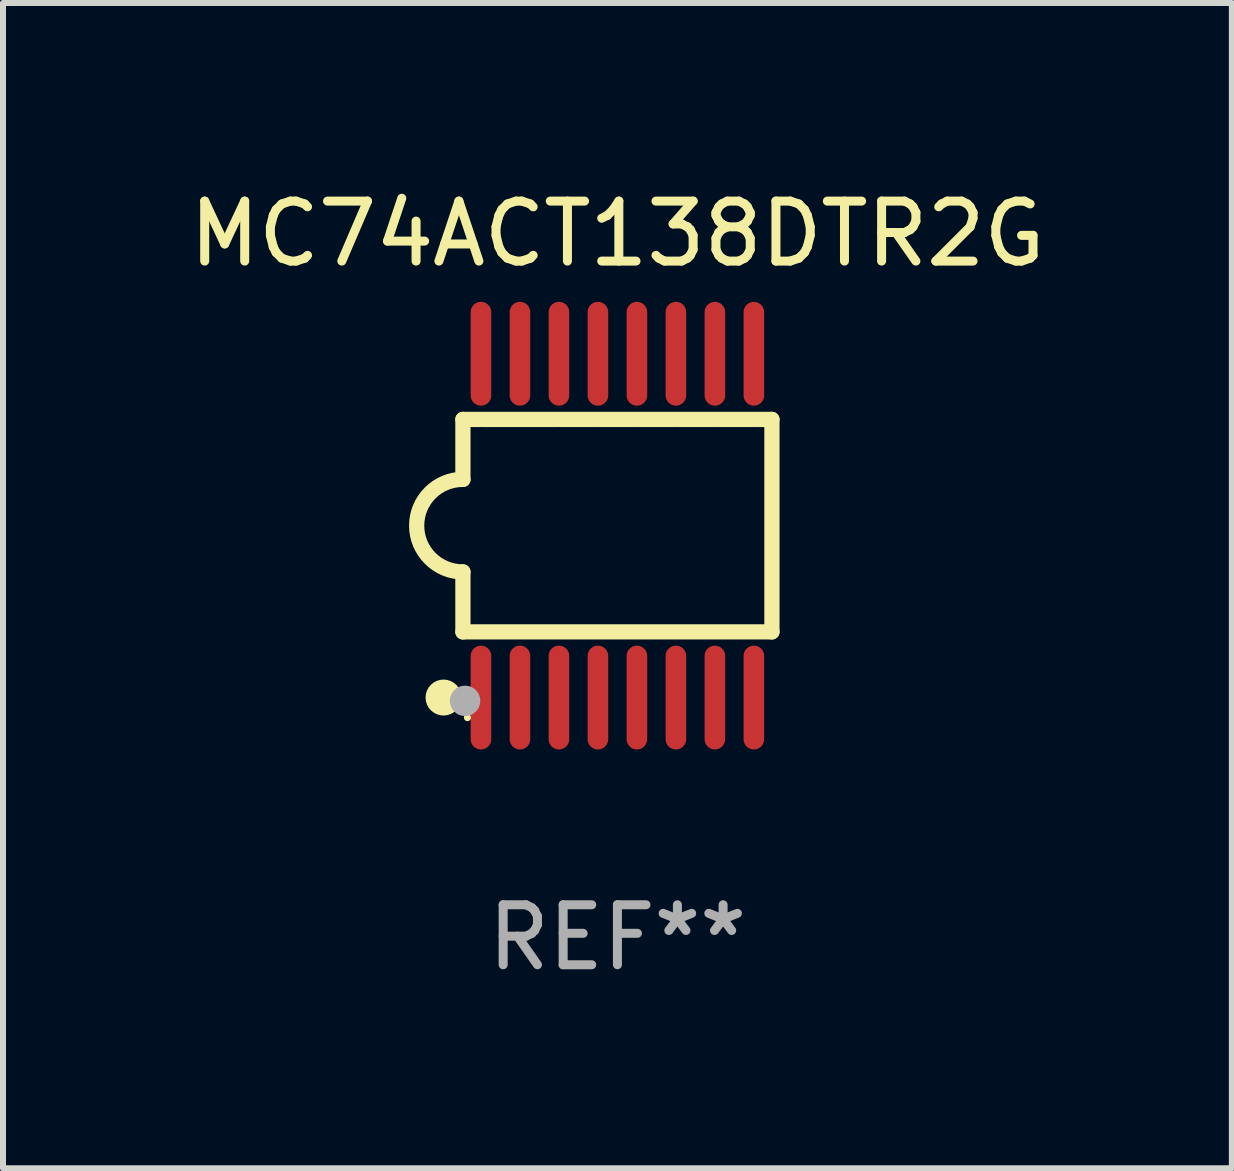
<source format=kicad_pcb>
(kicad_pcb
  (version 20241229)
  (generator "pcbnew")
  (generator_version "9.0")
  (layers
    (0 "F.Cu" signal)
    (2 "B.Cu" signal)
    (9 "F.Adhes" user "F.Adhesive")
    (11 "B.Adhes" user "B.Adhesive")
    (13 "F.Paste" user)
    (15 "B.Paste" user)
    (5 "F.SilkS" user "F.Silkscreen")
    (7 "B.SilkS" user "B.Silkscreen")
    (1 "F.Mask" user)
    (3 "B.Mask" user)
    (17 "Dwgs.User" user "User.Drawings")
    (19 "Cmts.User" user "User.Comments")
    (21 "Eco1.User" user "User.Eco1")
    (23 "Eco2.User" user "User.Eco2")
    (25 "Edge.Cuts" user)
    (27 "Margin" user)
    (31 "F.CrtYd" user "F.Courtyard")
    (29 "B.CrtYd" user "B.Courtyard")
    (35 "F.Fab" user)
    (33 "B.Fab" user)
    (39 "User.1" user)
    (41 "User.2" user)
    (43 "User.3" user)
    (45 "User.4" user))
  (footprint "MC74ACT138DTR2G"
    (layer "F.Cu")
    (at 7.244 5.714)
    (property "Reference" "MC74ACT138DTR2G" (at 0 -4.866 0) (layer "F.SilkS") (effects (font (size 1 1) (thickness 0.15))))
    (attr through_hole)
    (fp_line (start -2.576 -1.771) (end -2.576 -0.771) (stroke (width 0.254) (type solid)) (layer "F.SilkS"))
    (fp_line (start -2.576 -1.771) (end -2.289 -1.771) (stroke (width 0.254) (type solid)) (layer "F.SilkS"))
    (fp_line (start -2.576 1.771) (end -2.576 0.771) (stroke (width 0.254) (type solid)) (layer "F.SilkS"))
    (fp_line (start -2.261 -1.771) (end -1.639 -1.771) (stroke (width 0.254) (type solid)) (layer "F.SilkS"))
    (fp_line (start -1.612 -1.771) (end -0.989 -1.771) (stroke (width 0.254) (type solid)) (layer "F.SilkS"))
    (fp_line (start -0.962 -1.771) (end -0.338 -1.771) (stroke (width 0.254) (type solid)) (layer "F.SilkS"))
    (fp_line (start -0.311 -1.771) (end 0.312 -1.771) (stroke (width 0.254) (type solid)) (layer "F.SilkS"))
    (fp_line (start 0.339 -1.771) (end 0.962 -1.771) (stroke (width 0.254) (type solid)) (layer "F.SilkS"))
    (fp_line (start 0.989 -1.771) (end 1.612 -1.771) (stroke (width 0.254) (type solid)) (layer "F.SilkS"))
    (fp_line (start 1.639 -1.771) (end 2.261 -1.771) (stroke (width 0.254) (type solid)) (layer "F.SilkS"))
    (fp_line (start 2.289 -1.771) (end 2.576 -1.771) (stroke (width 0.254) (type solid)) (layer "F.SilkS"))
    (fp_line (start 2.576 -1.771) (end 2.576 1.771) (stroke (width 0.254) (type solid)) (layer "F.SilkS"))
    (fp_line (start 2.576 1.771) (end -2.576 1.771) (stroke (width 0.254) (type solid)) (layer "F.SilkS"))
    (fp_arc (start -2.576226 0.7714) (mid -3.346889 -0.000648) (end -2.575311 -0.771781) (stroke (width 0.254001) (type solid)) (layer "F.SilkS"))
    (fp_circle (center -2.899 2.866) (end -2.749 2.866) (stroke (width 0.3) (type solid)) (fill no) (layer "F.SilkS"))
    (fp_circle (center -2.5 3.2) (end -2.47 3.2) (stroke (width 0.06) (type solid)) (fill no) (layer "F.SilkS"))
    (fp_circle (center -2.54 2.921) (end -2.413 2.921) (stroke (width 0.254) (type solid)) (fill no) (layer "F.Fab"))
    (fp_text user "REF**" (at 0 6.866 0) (layer "F.Fab") (effects (font (size 1 1) (thickness 0.15))))
    (pad "1" smd oval (at -2.275 2.866) (size 0.343 1.731) (layers "F.Cu" "F.Mask" "F.Paste"))
    (pad "2" smd oval (at -1.625 2.866) (size 0.343 1.731) (layers "F.Cu" "F.Mask" "F.Paste"))
    (pad "3" smd oval (at -0.975 2.866) (size 0.343 1.731) (layers "F.Cu" "F.Mask" "F.Paste"))
    (pad "4" smd oval (at -0.325 2.866) (size 0.343 1.731) (layers "F.Cu" "F.Mask" "F.Paste"))
    (pad "5" smd oval (at 0.325 2.866) (size 0.343 1.731) (layers "F.Cu" "F.Mask" "F.Paste"))
    (pad "6" smd oval (at 0.975 2.866) (size 0.343 1.731) (layers "F.Cu" "F.Mask" "F.Paste"))
    (pad "7" smd oval (at 1.625 2.866) (size 0.343 1.731) (layers "F.Cu" "F.Mask" "F.Paste"))
    (pad "8" smd oval (at 2.275 2.866) (size 0.343 1.731) (layers "F.Cu" "F.Mask" "F.Paste"))
    (pad "9" smd oval (at 2.275 -2.866) (size 0.343 1.731) (layers "F.Cu" "F.Mask" "F.Paste"))
    (pad "10" smd oval (at 1.625 -2.866) (size 0.343 1.731) (layers "F.Cu" "F.Mask" "F.Paste"))
    (pad "11" smd oval (at 0.975 -2.866) (size 0.343 1.731) (layers "F.Cu" "F.Mask" "F.Paste"))
    (pad "12" smd oval (at 0.325 -2.866) (size 0.343 1.731) (layers "F.Cu" "F.Mask" "F.Paste"))
    (pad "13" smd oval (at -0.325 -2.866) (size 0.343 1.731) (layers "F.Cu" "F.Mask" "F.Paste"))
    (pad "14" smd oval (at -0.975 -2.866) (size 0.343 1.731) (layers "F.Cu" "F.Mask" "F.Paste"))
    (pad "15" smd oval (at -1.625 -2.866) (size 0.343 1.731) (layers "F.Cu" "F.Mask" "F.Paste"))
    (pad "16" smd oval (at -2.275 -2.866) (size 0.343 1.731) (layers "F.Cu" "F.Mask" "F.Paste")))
  (gr_rect
    (start -3 -3)
    (end 17.488 16.428)
    (stroke (width 0.1) (type default))
    (fill no)
    (layer "Edge.Cuts")))
</source>
